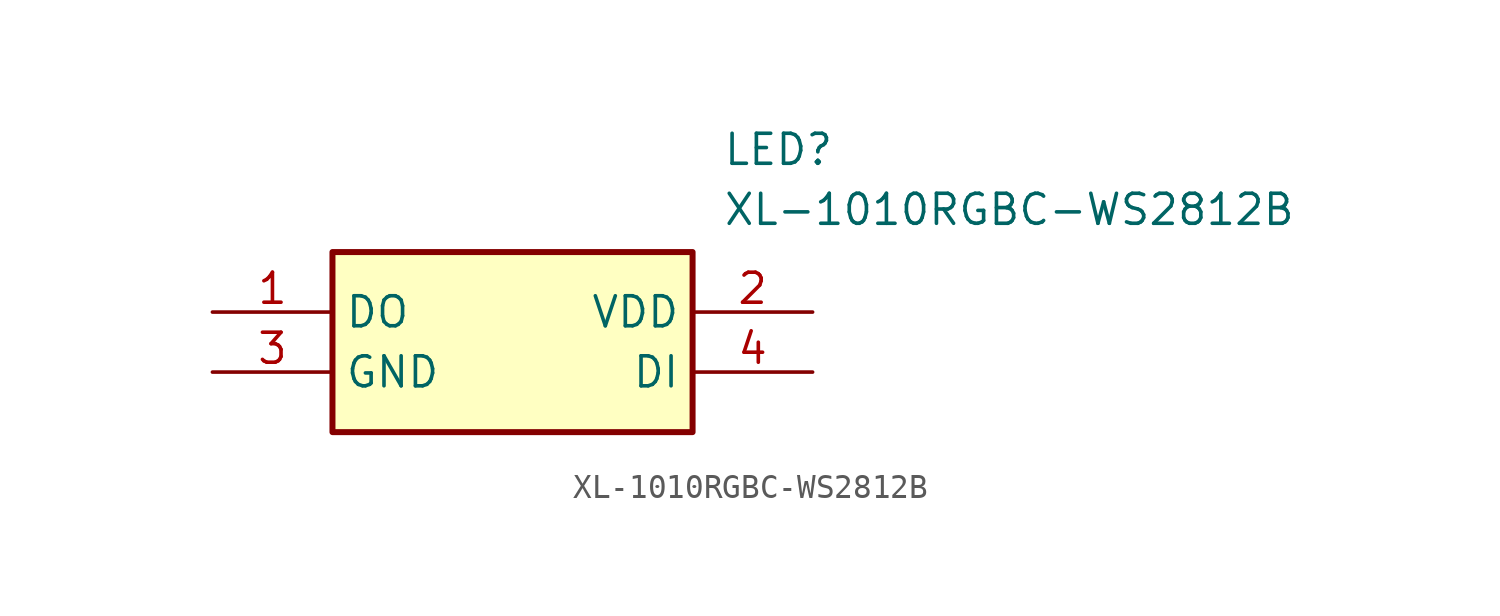
<source format=kicad_sym>
(kicad_symbol_lib
  (version 20211014)
  (generator SamacSys_ECAD_Model)
  (symbol "XL-1010RGBC-WS2812B"
    (property "Reference" "LED"
      (at 21.59 7.62 0)
      (effects (font (size 1.27 1.27)) (justify left top)))
    (property "Value" "XL-1010RGBC-WS2812B"
      (at 21.59 5.08 0)
      (effects (font (size 1.27 1.27)) (justify left top)))
    (rectangle
      (start 5.08 2.54)
      (end 20.32 -5.08)
      (stroke (width 0.254) (type default))
      (fill (type background)))
    (pin passive line
      (at 0 0 0)
      (length 5.08)
      (name "DO" (effects (font (size 1.27 1.27))))
      (number "1" (effects (font (size 1.27 1.27)))))
    (pin passive line
      (at 25.4 0 180)
      (length 5.08)
      (name "VDD" (effects (font (size 1.27 1.27))))
      (number "2" (effects (font (size 1.27 1.27)))))
    (pin passive line
      (at 0 -2.54 0)
      (length 5.08)
      (name "GND" (effects (font (size 1.27 1.27))))
      (number "3" (effects (font (size 1.27 1.27)))))
    (pin passive line
      (at 25.4 -2.54 180)
      (length 5.08)
      (name "DI" (effects (font (size 1.27 1.27))))
      (number "4" (effects (font (size 1.27 1.27)))))))
</source>
